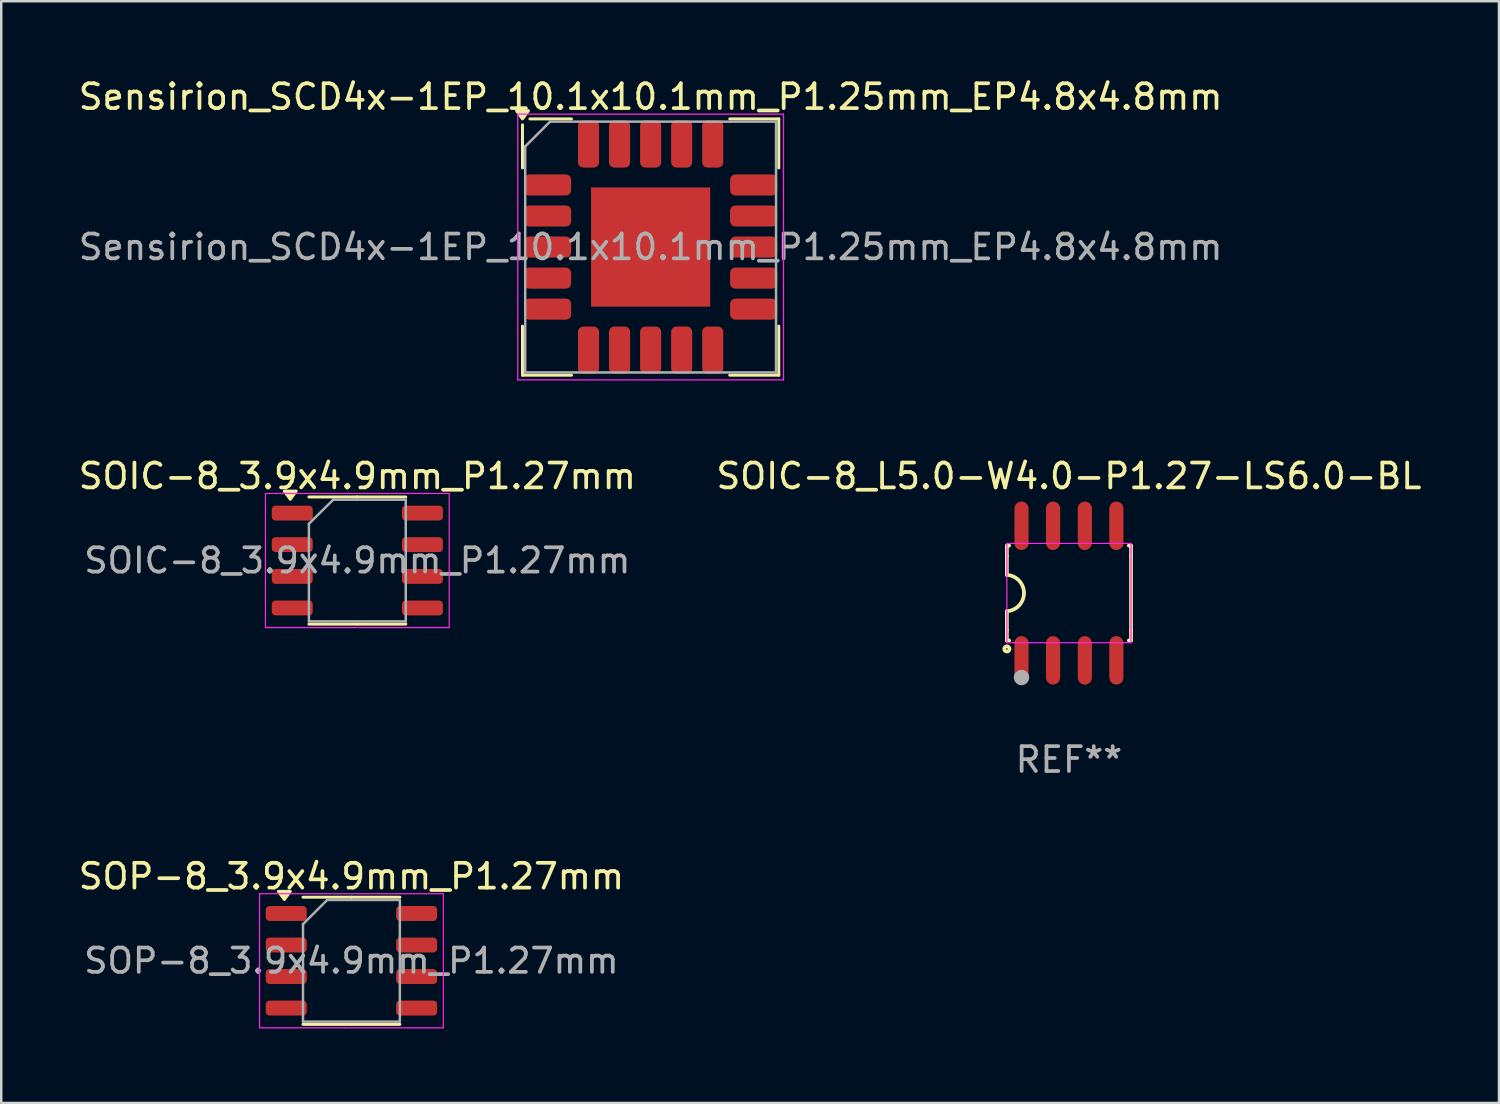
<source format=kicad_pcb>
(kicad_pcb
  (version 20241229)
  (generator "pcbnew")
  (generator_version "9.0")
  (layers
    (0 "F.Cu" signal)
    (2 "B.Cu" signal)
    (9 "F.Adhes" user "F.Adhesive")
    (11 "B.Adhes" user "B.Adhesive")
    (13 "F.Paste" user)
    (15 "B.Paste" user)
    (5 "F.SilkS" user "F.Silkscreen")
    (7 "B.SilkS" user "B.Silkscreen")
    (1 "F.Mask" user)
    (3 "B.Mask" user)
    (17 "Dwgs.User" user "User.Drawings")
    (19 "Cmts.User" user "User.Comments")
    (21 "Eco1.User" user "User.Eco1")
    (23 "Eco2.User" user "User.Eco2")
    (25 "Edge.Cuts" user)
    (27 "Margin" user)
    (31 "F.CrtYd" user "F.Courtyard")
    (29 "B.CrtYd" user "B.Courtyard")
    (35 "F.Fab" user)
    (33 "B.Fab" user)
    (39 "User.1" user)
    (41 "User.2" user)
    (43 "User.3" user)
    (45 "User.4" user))
  (footprint "SOIC-8_L5.0-W4.0-P1.27-LS6.0-BL"
    (layer "F.Cu")
    (at 39.994 20.831)
    (property "Reference" "SOIC-8_L5.0-W4.0-P1.27-LS6.0-BL" (at 0 -4.71 0) (layer "F.SilkS") (effects (font (size 1 1) (thickness 0.15))))
    (attr smd)
    (fp_line (start -2.5 -1.91) (end -2.41 -1.91) (stroke (width 0.15) (type solid)) (layer "F.SilkS"))
    (fp_line (start -2.5 -1.5) (end -2.5 -1.91) (stroke (width 0.15) (type solid)) (layer "F.SilkS"))
    (fp_line (start -2.5 -1.5) (end -2.5 -0.73) (stroke (width 0.15) (type solid)) (layer "F.SilkS"))
    (fp_line (start -2.5 1.5) (end -2.5 0.73) (stroke (width 0.15) (type solid)) (layer "F.SilkS"))
    (fp_line (start -2.5 1.5) (end -2.5 1.91) (stroke (width 0.15) (type solid)) (layer "F.SilkS"))
    (fp_line (start -2.5 1.91) (end -2.41 1.91) (stroke (width 0.15) (type solid)) (layer "F.SilkS"))
    (fp_line (start 2.5 -1.91) (end 2.41 -1.91) (stroke (width 0.15) (type solid)) (layer "F.SilkS"))
    (fp_line (start 2.5 -1.5) (end 2.5 -1.91) (stroke (width 0.15) (type solid)) (layer "F.SilkS"))
    (fp_line (start 2.5 -1.5) (end 2.5 1.5) (stroke (width 0.15) (type solid)) (layer "F.SilkS"))
    (fp_line (start 2.5 1.5) (end 2.5 1.91) (stroke (width 0.15) (type solid)) (layer "F.SilkS"))
    (fp_line (start 2.5 1.91) (end 2.41 1.91) (stroke (width 0.15) (type solid)) (layer "F.SilkS"))
    (fp_arc (start -2.5 -0.73) (mid -1.81 0) (end -2.5 0.73) (stroke (width 0.15) (type solid)) (layer "F.SilkS"))
    (fp_circle (center -2.5 2.25) (end -2.47 2.25) (stroke (width 0.15) (type solid)) (fill no) (layer "F.SilkS"))
    (fp_line (start -2.5 -2) (end 2.5 -2) (stroke (width 0.05) (type default)) (layer "F.CrtYd"))
    (fp_line (start -2.5 2) (end -2.5 -2) (stroke (width 0.05) (type default)) (layer "F.CrtYd"))
    (fp_line (start 2.5 -2) (end 2.5 2) (stroke (width 0.05) (type default)) (layer "F.CrtYd"))
    (fp_line (start 2.5 2) (end -2.5 2) (stroke (width 0.05) (type default)) (layer "F.CrtYd"))
    (fp_circle (center -1.91 3.4) (end -1.75 3.4) (stroke (width 0.3) (type solid)) (fill no) (layer "F.Fab"))
    (fp_text user "REF**" (at 0 6.71 0) (layer "F.Fab") (effects (font (size 1 1) (thickness 0.15))))
    (pad "1" smd oval (at -1.91 2.71) (size 0.57 1.95) (layers "F.Cu" "F.Mask" "F.Paste"))
    (pad "2" smd oval (at -0.64 2.71) (size 0.57 1.95) (layers "F.Cu" "F.Mask" "F.Paste"))
    (pad "3" smd oval (at 0.64 2.71) (size 0.57 1.95) (layers "F.Cu" "F.Mask" "F.Paste"))
    (pad "4" smd oval (at 1.91 2.71) (size 0.57 1.95) (layers "F.Cu" "F.Mask" "F.Paste"))
    (pad "5" smd oval (at 1.91 -2.71) (size 0.57 1.95) (layers "F.Cu" "F.Mask" "F.Paste"))
    (pad "6" smd oval (at 0.64 -2.71) (size 0.57 1.95) (layers "F.Cu" "F.Mask" "F.Paste"))
    (pad "7" smd oval (at -0.64 -2.71) (size 0.57 1.95) (layers "F.Cu" "F.Mask" "F.Paste"))
    (pad "8" smd oval (at -1.91 -2.71) (size 0.57 1.95) (layers "F.Cu" "F.Mask" "F.Paste")))
  (footprint "SOIC-8_3.9x4.9mm_P1.27mm"
    (layer "F.Cu")
    (at 11.339 19.521)
    (property "Reference" "SOIC-8_3.9x4.9mm_P1.27mm" (at 0 -3.4 0) (layer "F.SilkS") (effects (font (size 1 1) (thickness 0.15))))
    (attr smd)
    (fp_line (start 0 -2.56) (end -1.95 -2.56) (stroke (width 0.12) (type solid)) (layer "F.SilkS"))
    (fp_line (start 0 -2.56) (end 1.95 -2.56) (stroke (width 0.12) (type solid)) (layer "F.SilkS"))
    (fp_line (start 0 2.56) (end -1.95 2.56) (stroke (width 0.12) (type solid)) (layer "F.SilkS"))
    (fp_line (start 0 2.56) (end 1.95 2.56) (stroke (width 0.12) (type solid)) (layer "F.SilkS"))
    (fp_poly (pts (xy -2.7 -2.465) (xy -2.94 -2.795) (xy -2.46 -2.795) (xy -2.7 -2.465)) (stroke (width 0.12) (type solid)) (fill yes) (layer "F.SilkS"))
    (fp_line (start -3.7 -2.7) (end -3.7 2.7) (stroke (width 0.05) (type solid)) (layer "F.CrtYd"))
    (fp_line (start -3.7 2.7) (end 3.7 2.7) (stroke (width 0.05) (type solid)) (layer "F.CrtYd"))
    (fp_line (start 3.7 -2.7) (end -3.7 -2.7) (stroke (width 0.05) (type solid)) (layer "F.CrtYd"))
    (fp_line (start 3.7 2.7) (end 3.7 -2.7) (stroke (width 0.05) (type solid)) (layer "F.CrtYd"))
    (fp_line (start -1.95 -1.48) (end -0.97 -2.45) (stroke (width 0.1) (type solid)) (layer "F.Fab"))
    (fp_line (start -1.95 2.45) (end -1.95 -1.48) (stroke (width 0.1) (type solid)) (layer "F.Fab"))
    (fp_line (start -0.97 -2.45) (end 1.95 -2.45) (stroke (width 0.1) (type solid)) (layer "F.Fab"))
    (fp_line (start 1.95 -2.45) (end 1.95 2.45) (stroke (width 0.1) (type solid)) (layer "F.Fab"))
    (fp_line (start 1.95 2.45) (end -1.95 2.45) (stroke (width 0.1) (type solid)) (layer "F.Fab"))
    (fp_text user "${REFERENCE}" (at 0 0 0) (layer "F.Fab") (effects (font (size 0.98 0.98) (thickness 0.15))))
    (pad "1" smd roundrect (at -2.62 -1.91) (size 1.65 0.6) (layers "F.Cu" "F.Mask" "F.Paste") (roundrect_rratio 0.25))
    (pad "2" smd roundrect (at -2.62 -0.64) (size 1.65 0.6) (layers "F.Cu" "F.Mask" "F.Paste") (roundrect_rratio 0.25))
    (pad "3" smd roundrect (at -2.62 0.64) (size 1.65 0.6) (layers "F.Cu" "F.Mask" "F.Paste") (roundrect_rratio 0.25))
    (pad "4" smd roundrect (at -2.62 1.91) (size 1.65 0.6) (layers "F.Cu" "F.Mask" "F.Paste") (roundrect_rratio 0.25))
    (pad "5" smd roundrect (at 2.62 1.91) (size 1.65 0.6) (layers "F.Cu" "F.Mask" "F.Paste") (roundrect_rratio 0.25))
    (pad "6" smd roundrect (at 2.62 0.64) (size 1.65 0.6) (layers "F.Cu" "F.Mask" "F.Paste") (roundrect_rratio 0.25))
    (pad "7" smd roundrect (at 2.62 -0.64) (size 1.65 0.6) (layers "F.Cu" "F.Mask" "F.Paste") (roundrect_rratio 0.25))
    (pad "8" smd roundrect (at 2.62 -1.91) (size 1.65 0.6) (layers "F.Cu" "F.Mask" "F.Paste") (roundrect_rratio 0.25)))
  (footprint "SOP-8_3.9x4.9mm_P1.27mm"
    (layer "F.Cu")
    (at 11.101 35.638)
    (property "Reference" "SOP-8_3.9x4.9mm_P1.27mm" (at 0 -3.4 0) (layer "F.SilkS") (effects (font (size 1 1) (thickness 0.15))))
    (attr smd)
    (fp_line (start 0 -2.56) (end -1.95 -2.56) (stroke (width 0.12) (type solid)) (layer "F.SilkS"))
    (fp_line (start 0 -2.56) (end 1.95 -2.56) (stroke (width 0.12) (type solid)) (layer "F.SilkS"))
    (fp_line (start 0 2.56) (end -1.95 2.56) (stroke (width 0.12) (type solid)) (layer "F.SilkS"))
    (fp_line (start 0 2.56) (end 1.95 2.56) (stroke (width 0.12) (type solid)) (layer "F.SilkS"))
    (fp_poly (pts (xy -2.7 -2.465) (xy -2.94 -2.795) (xy -2.46 -2.795) (xy -2.7 -2.465)) (stroke (width 0.12) (type solid)) (fill yes) (layer "F.SilkS"))
    (fp_line (start -3.7 -2.7) (end -3.7 2.7) (stroke (width 0.05) (type solid)) (layer "F.CrtYd"))
    (fp_line (start -3.7 2.7) (end 3.7 2.7) (stroke (width 0.05) (type solid)) (layer "F.CrtYd"))
    (fp_line (start 3.7 -2.7) (end -3.7 -2.7) (stroke (width 0.05) (type solid)) (layer "F.CrtYd"))
    (fp_line (start 3.7 2.7) (end 3.7 -2.7) (stroke (width 0.05) (type solid)) (layer "F.CrtYd"))
    (fp_line (start -1.95 -1.475) (end -0.975 -2.45) (stroke (width 0.1) (type solid)) (layer "F.Fab"))
    (fp_line (start -1.95 2.45) (end -1.95 -1.475) (stroke (width 0.1) (type solid)) (layer "F.Fab"))
    (fp_line (start -0.975 -2.45) (end 1.95 -2.45) (stroke (width 0.1) (type solid)) (layer "F.Fab"))
    (fp_line (start 1.95 -2.45) (end 1.95 2.45) (stroke (width 0.1) (type solid)) (layer "F.Fab"))
    (fp_line (start 1.95 2.45) (end -1.95 2.45) (stroke (width 0.1) (type solid)) (layer "F.Fab"))
    (fp_text user "${REFERENCE}" (at 0 0 0) (layer "F.Fab") (effects (font (size 0.98 0.98) (thickness 0.15))))
    (pad "1" smd roundrect (at -2.625 -1.905) (size 1.65 0.6) (layers "F.Cu" "F.Mask" "F.Paste") (roundrect_rratio 0.25))
    (pad "2" smd roundrect (at -2.625 -0.635) (size 1.65 0.6) (layers "F.Cu" "F.Mask" "F.Paste") (roundrect_rratio 0.25))
    (pad "3" smd roundrect (at -2.625 0.635) (size 1.65 0.6) (layers "F.Cu" "F.Mask" "F.Paste") (roundrect_rratio 0.25))
    (pad "4" smd roundrect (at -2.625 1.905) (size 1.65 0.6) (layers "F.Cu" "F.Mask" "F.Paste") (roundrect_rratio 0.25))
    (pad "5" smd roundrect (at 2.625 1.905) (size 1.65 0.6) (layers "F.Cu" "F.Mask" "F.Paste") (roundrect_rratio 0.25))
    (pad "6" smd roundrect (at 2.625 0.635) (size 1.65 0.6) (layers "F.Cu" "F.Mask" "F.Paste") (roundrect_rratio 0.25))
    (pad "7" smd roundrect (at 2.625 -0.635) (size 1.65 0.6) (layers "F.Cu" "F.Mask" "F.Paste") (roundrect_rratio 0.25))
    (pad "8" smd roundrect (at 2.625 -1.905) (size 1.65 0.6) (layers "F.Cu" "F.Mask" "F.Paste") (roundrect_rratio 0.25)))
  (footprint "Sensirion_SCD4x-1EP_10.1x10.1mm_P1.25mm_EP4.8x4.8mm"
    (layer "F.Cu")
    (at 23.149 6.898)
    (property "Reference" "Sensirion_SCD4x-1EP_10.1x10.1mm_P1.25mm_EP4.8x4.8mm" (at 0 -6.05 0) (layer "F.SilkS") (effects (font (size 1 1) (thickness 0.15))))
    (attr smd)
    (fp_line (start -5.16 -3.185) (end -5.16 -4.92) (stroke (width 0.12) (type solid)) (layer "F.SilkS"))
    (fp_line (start -5.16 5.16) (end -5.16 3.185) (stroke (width 0.12) (type solid)) (layer "F.SilkS"))
    (fp_line (start -3.185 -5.16) (end -4.86 -5.16) (stroke (width 0.12) (type solid)) (layer "F.SilkS"))
    (fp_line (start -3.185 5.16) (end -5.16 5.16) (stroke (width 0.12) (type solid)) (layer "F.SilkS"))
    (fp_line (start 3.185 -5.16) (end 5.16 -5.16) (stroke (width 0.12) (type solid)) (layer "F.SilkS"))
    (fp_line (start 3.185 5.16) (end 5.16 5.16) (stroke (width 0.12) (type solid)) (layer "F.SilkS"))
    (fp_line (start 5.16 -5.16) (end 5.16 -3.185) (stroke (width 0.12) (type solid)) (layer "F.SilkS"))
    (fp_line (start 5.16 5.16) (end 5.16 3.185) (stroke (width 0.12) (type solid)) (layer "F.SilkS"))
    (fp_poly (pts (xy -5.16 -5.16) (xy -5.4 -5.49) (xy -4.92 -5.49) (xy -5.16 -5.16)) (stroke (width 0.12) (type solid)) (fill yes) (layer "F.SilkS"))
    (fp_line (start -5.35 -5.35) (end -5.35 5.35) (stroke (width 0.05) (type solid)) (layer "F.CrtYd"))
    (fp_line (start -5.35 5.35) (end 5.35 5.35) (stroke (width 0.05) (type solid)) (layer "F.CrtYd"))
    (fp_line (start 5.35 -5.35) (end -5.35 -5.35) (stroke (width 0.05) (type solid)) (layer "F.CrtYd"))
    (fp_line (start 5.35 5.35) (end 5.35 -5.35) (stroke (width 0.05) (type solid)) (layer "F.CrtYd"))
    (fp_line (start -5.05 -4.05) (end -4.05 -5.05) (stroke (width 0.1) (type solid)) (layer "F.Fab"))
    (fp_line (start -5.05 5.05) (end -5.05 -4.05) (stroke (width 0.1) (type solid)) (layer "F.Fab"))
    (fp_line (start -4.05 -5.05) (end 5.05 -5.05) (stroke (width 0.1) (type solid)) (layer "F.Fab"))
    (fp_line (start 5.05 -5.05) (end 5.05 5.05) (stroke (width 0.1) (type solid)) (layer "F.Fab"))
    (fp_line (start 5.05 5.05) (end -5.05 5.05) (stroke (width 0.1) (type solid)) (layer "F.Fab"))
    (fp_text user "${REFERENCE}" (at 0 0 0) (layer "F.Fab") (effects (font (size 1 1) (thickness 0.15))))
    (pad "" smd roundrect (at -1.2 -1.2) (size 1.93 1.93) (layers "F.Paste") (roundrect_rratio 0.13))
    (pad "" smd roundrect (at -1.2 1.2) (size 1.93 1.93) (layers "F.Paste") (roundrect_rratio 0.13))
    (pad "" smd roundrect (at 1.2 -1.2) (size 1.93 1.93) (layers "F.Paste") (roundrect_rratio 0.13))
    (pad "" smd roundrect (at 1.2 1.2) (size 1.93 1.93) (layers "F.Paste") (roundrect_rratio 0.13))
    (pad "1" smd roundrect (at -4.15 -2.5) (size 1.9 0.85) (layers "F.Cu" "F.Mask" "F.Paste") (roundrect_rratio 0.25))
    (pad "2" smd roundrect (at -4.15 -1.25) (size 1.9 0.85) (layers "F.Cu" "F.Mask" "F.Paste") (roundrect_rratio 0.25))
    (pad "3" smd roundrect (at -4.15 0) (size 1.9 0.85) (layers "F.Cu" "F.Mask" "F.Paste") (roundrect_rratio 0.25))
    (pad "4" smd roundrect (at -4.15 1.25) (size 1.9 0.85) (layers "F.Cu" "F.Mask" "F.Paste") (roundrect_rratio 0.25))
    (pad "5" smd roundrect (at -4.15 2.5) (size 1.9 0.85) (layers "F.Cu" "F.Mask" "F.Paste") (roundrect_rratio 0.25))
    (pad "6" smd roundrect (at -2.5 4.15) (size 0.85 1.9) (layers "F.Cu" "F.Mask" "F.Paste") (roundrect_rratio 0.25))
    (pad "7" smd roundrect (at -1.25 4.15) (size 0.85 1.9) (layers "F.Cu" "F.Mask" "F.Paste") (roundrect_rratio 0.25))
    (pad "8" smd roundrect (at 0 4.15) (size 0.85 1.9) (layers "F.Cu" "F.Mask" "F.Paste") (roundrect_rratio 0.25))
    (pad "9" smd roundrect (at 1.25 4.15) (size 0.85 1.9) (layers "F.Cu" "F.Mask" "F.Paste") (roundrect_rratio 0.25))
    (pad "10" smd roundrect (at 2.5 4.15) (size 0.85 1.9) (layers "F.Cu" "F.Mask" "F.Paste") (roundrect_rratio 0.25))
    (pad "11" smd roundrect (at 4.15 2.5) (size 1.9 0.85) (layers "F.Cu" "F.Mask" "F.Paste") (roundrect_rratio 0.25))
    (pad "12" smd roundrect (at 4.15 1.25) (size 1.9 0.85) (layers "F.Cu" "F.Mask" "F.Paste") (roundrect_rratio 0.25))
    (pad "13" smd roundrect (at 4.15 0) (size 1.9 0.85) (layers "F.Cu" "F.Mask" "F.Paste") (roundrect_rratio 0.25))
    (pad "14" smd roundrect (at 4.15 -1.25) (size 1.9 0.85) (layers "F.Cu" "F.Mask" "F.Paste") (roundrect_rratio 0.25))
    (pad "15" smd roundrect (at 4.15 -2.5) (size 1.9 0.85) (layers "F.Cu" "F.Mask" "F.Paste") (roundrect_rratio 0.25))
    (pad "16" smd roundrect (at 2.5 -4.15) (size 0.85 1.9) (layers "F.Cu" "F.Mask" "F.Paste") (roundrect_rratio 0.25))
    (pad "17" smd roundrect (at 1.25 -4.15) (size 0.85 1.9) (layers "F.Cu" "F.Mask" "F.Paste") (roundrect_rratio 0.25))
    (pad "18" smd roundrect (at 0 -4.15) (size 0.85 1.9) (layers "F.Cu" "F.Mask" "F.Paste") (roundrect_rratio 0.25))
    (pad "19" smd roundrect (at -1.25 -4.15) (size 0.85 1.9) (layers "F.Cu" "F.Mask" "F.Paste") (roundrect_rratio 0.25))
    (pad "20" smd roundrect (at -2.5 -4.15) (size 0.85 1.9) (layers "F.Cu" "F.Mask" "F.Paste") (roundrect_rratio 0.25))
    (pad "21" smd rect (at 0 0) (size 4.8 4.8) (property pad_prop_heatsink) (layers "F.Cu" "F.Mask")))
  (gr_rect
    (start -3 -3)
    (end 57.31 41.363)
    (stroke (width 0.1) (type default))
    (fill no)
    (layer "Edge.Cuts")))
</source>
